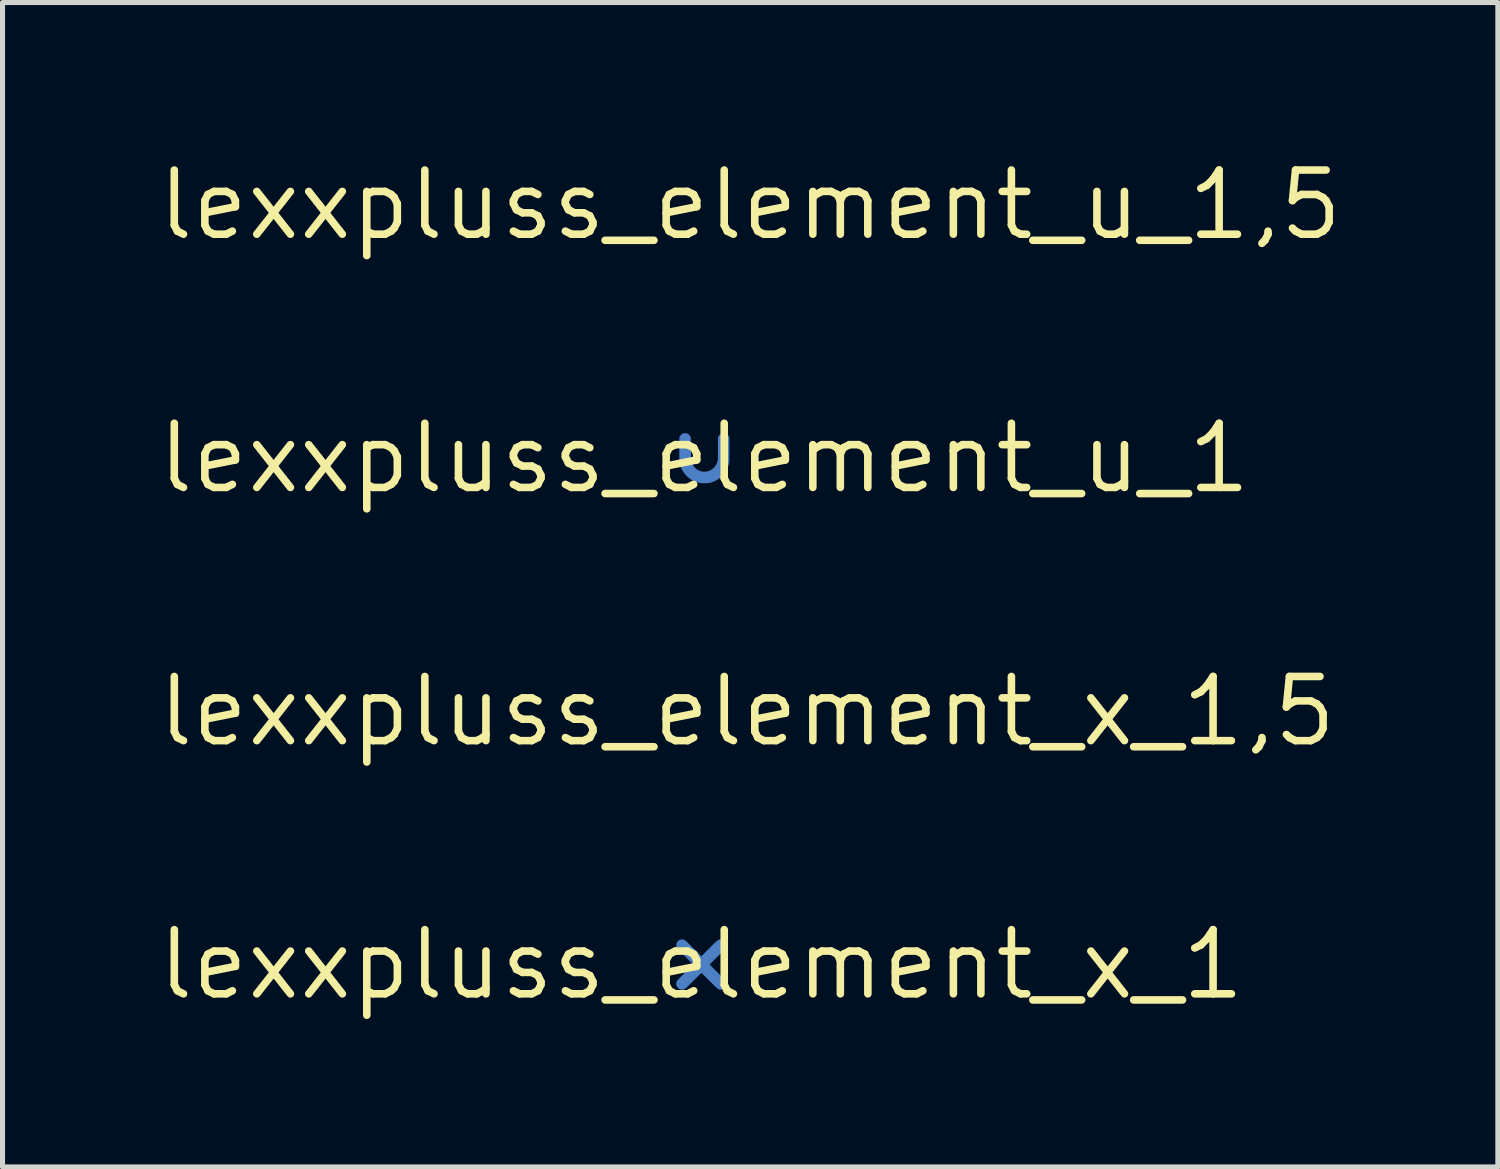
<source format=kicad_pcb>
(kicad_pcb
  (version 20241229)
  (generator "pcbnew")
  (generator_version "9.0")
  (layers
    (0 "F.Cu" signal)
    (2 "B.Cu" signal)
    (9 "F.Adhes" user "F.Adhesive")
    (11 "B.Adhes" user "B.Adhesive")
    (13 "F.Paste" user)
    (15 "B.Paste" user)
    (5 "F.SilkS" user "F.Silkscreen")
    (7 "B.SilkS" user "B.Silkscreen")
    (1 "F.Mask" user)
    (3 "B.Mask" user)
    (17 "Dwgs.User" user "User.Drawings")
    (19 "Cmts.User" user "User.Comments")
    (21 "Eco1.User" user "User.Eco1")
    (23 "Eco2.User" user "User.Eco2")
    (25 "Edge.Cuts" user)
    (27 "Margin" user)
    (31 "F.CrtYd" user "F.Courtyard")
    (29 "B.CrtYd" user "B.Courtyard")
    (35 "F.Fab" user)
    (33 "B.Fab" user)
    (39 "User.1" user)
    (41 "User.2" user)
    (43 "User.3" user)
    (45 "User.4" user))
  (footprint "lexxpluss_element_u_1"
    (layer "F.Cu")
    (at 10.893 6.019)
    (property "Reference" "lexxpluss_element_u_1" (at 0 0 0) (layer "F.SilkS") (effects (font (size 1.27 1.27) (thickness 0.15))))
    (attr board_only exclude_from_pos_files exclude_from_bom)
    (fp_poly (pts (xy 0.414 -0.491) (xy 0.439 -0.48) (xy 0.461 -0.464) (xy 0.479 -0.443) (xy 0.488 -0.429) (xy 0.496 -0.411) (xy 0.496 -0.173) (xy 0.496 -0.125) (xy 0.496 -0.083) (xy 0.496 -0.048) (xy 0.496 -0.018) (xy 0.496 0.007) (xy 0.495 0.027) (xy 0.495 0.044) (xy 0.494 0.058) (xy 0.494 0.069) (xy 0.493 0.078) (xy 0.492 0.086) (xy 0.49 0.093) (xy 0.49 0.096) (xy 0.473 0.156) (xy 0.451 0.213) (xy 0.422 0.265) (xy 0.388 0.314) (xy 0.349 0.357) (xy 0.304 0.396) (xy 0.255 0.429) (xy 0.202 0.456) (xy 0.145 0.478) (xy 0.117 0.486) (xy 0.101 0.489) (xy 0.087 0.492) (xy 0.072 0.494) (xy 0.054 0.495) (xy 0.032 0.496) (xy 0.013 0.497) (xy -0.021 0.497) (xy -0.048 0.496) (xy -0.07 0.495) (xy -0.084 0.493) (xy -0.127 0.482) (xy -0.172 0.468) (xy -0.216 0.449) (xy -0.258 0.427) (xy -0.294 0.403) (xy -0.295 0.402) (xy -0.342 0.362) (xy -0.383 0.318) (xy -0.419 0.269) (xy -0.448 0.216) (xy -0.471 0.159) (xy -0.488 0.099) (xy -0.49 0.09) (xy -0.491 0.083) (xy -0.492 0.075) (xy -0.493 0.066) (xy -0.494 0.056) (xy -0.495 0.043) (xy -0.495 0.028) (xy -0.496 0.008) (xy -0.496 -0.015) (xy -0.496 -0.043) (xy -0.496 -0.076) (xy -0.496 -0.116) (xy -0.496 -0.162) (xy -0.496 -0.175) (xy -0.496 -0.408) (xy -0.488 -0.427) (xy -0.477 -0.445) (xy -0.461 -0.462) (xy -0.444 -0.477) (xy -0.426 -0.487) (xy -0.422 -0.489) (xy -0.401 -0.493) (xy -0.376 -0.494) (xy -0.353 -0.491) (xy -0.342 -0.489) (xy -0.324 -0.48) (xy -0.306 -0.466) (xy -0.29 -0.449) (xy -0.278 -0.431) (xy -0.276 -0.427) (xy -0.268 -0.408) (xy -0.266 -0.177) (xy -0.264 0.054) (xy -0.254 0.083) (xy -0.239 0.119) (xy -0.219 0.152) (xy -0.194 0.182) (xy -0.188 0.188) (xy -0.155 0.217) (xy -0.118 0.24) (xy -0.079 0.256) (xy -0.038 0.266) (xy 0.004 0.269) (xy 0.035 0.266) (xy 0.076 0.258) (xy 0.112 0.244) (xy 0.145 0.225) (xy 0.178 0.199) (xy 0.183 0.194) (xy 0.213 0.161) (xy 0.237 0.124) (xy 0.254 0.084) (xy 0.264 0.041) (xy 0.266 0.03) (xy 0.266 0.02) (xy 0.267 0.004) (xy 0.268 -0.018) (xy 0.268 -0.045) (xy 0.269 -0.076) (xy 0.269 -0.111) (xy 0.269 -0.148) (xy 0.269 -0.187) (xy 0.269 -0.205) (xy 0.269 -0.408) (xy 0.279 -0.428) (xy 0.292 -0.451) (xy 0.31 -0.469) (xy 0.333 -0.483) (xy 0.334 -0.484) (xy 0.361 -0.493) (xy 0.388 -0.495)) (stroke (width 0) (type solid)) (fill yes) (layer "B.Cu")))
  (footprint "lexxpluss_element_u_1,5"
    (layer "F.Cu")
    (at 11.8 1.006)
    (property "Reference" "lexxpluss_element_u_1,5" (at 0 0 0) (layer "F.SilkS") (effects (font (size 1.27 1.27) (thickness 0.15))))
    (attr board_only exclude_from_pos_files exclude_from_bom)
    (fp_poly (pts (xy 0.621 -0.736) (xy 0.659 -0.72) (xy 0.692 -0.696) (xy 0.719 -0.665) (xy 0.731 -0.644) (xy 0.745 -0.617) (xy 0.745 -0.26) (xy 0.745 -0.188) (xy 0.745 -0.125) (xy 0.744 -0.072) (xy 0.744 -0.027) (xy 0.744 0.01) (xy 0.743 0.041) (xy 0.742 0.066) (xy 0.742 0.087) (xy 0.74 0.103) (xy 0.739 0.117) (xy 0.737 0.129) (xy 0.736 0.139) (xy 0.735 0.144) (xy 0.71 0.234) (xy 0.676 0.319) (xy 0.633 0.398) (xy 0.582 0.47) (xy 0.523 0.536) (xy 0.456 0.594) (xy 0.383 0.643) (xy 0.303 0.685) (xy 0.217 0.717) (xy 0.175 0.729) (xy 0.152 0.734) (xy 0.13 0.738) (xy 0.108 0.741) (xy 0.081 0.743) (xy 0.049 0.744) (xy 0.019 0.745) (xy -0.031 0.745) (xy -0.072 0.744) (xy -0.105 0.742) (xy -0.125 0.739) (xy -0.191 0.724) (xy -0.258 0.701) (xy -0.324 0.673) (xy -0.386 0.64) (xy -0.441 0.604) (xy -0.442 0.603) (xy -0.513 0.543) (xy -0.575 0.476) (xy -0.628 0.403) (xy -0.672 0.324) (xy -0.707 0.239) (xy -0.732 0.148) (xy -0.735 0.135) (xy -0.737 0.124) (xy -0.738 0.113) (xy -0.74 0.1) (xy -0.741 0.084) (xy -0.742 0.065) (xy -0.743 0.041) (xy -0.744 0.013) (xy -0.744 -0.022) (xy -0.744 -0.065) (xy -0.744 -0.115) (xy -0.745 -0.174) (xy -0.745 -0.243) (xy -0.745 -0.263) (xy -0.745 -0.612) (xy -0.731 -0.641) (xy -0.715 -0.668) (xy -0.692 -0.693) (xy -0.666 -0.715) (xy -0.639 -0.731) (xy -0.633 -0.733) (xy -0.601 -0.74) (xy -0.564 -0.741) (xy -0.529 -0.737) (xy -0.513 -0.733) (xy -0.486 -0.72) (xy -0.46 -0.699) (xy -0.436 -0.674) (xy -0.417 -0.647) (xy -0.415 -0.641) (xy -0.401 -0.612) (xy -0.399 -0.266) (xy -0.396 0.08) (xy -0.381 0.125) (xy -0.358 0.179) (xy -0.329 0.228) (xy -0.291 0.273) (xy -0.282 0.283) (xy -0.232 0.326) (xy -0.177 0.36) (xy -0.119 0.385) (xy -0.057 0.399) (xy 0.006 0.403) (xy 0.053 0.4) (xy 0.113 0.387) (xy 0.168 0.367) (xy 0.218 0.338) (xy 0.267 0.299) (xy 0.275 0.291) (xy 0.32 0.242) (xy 0.355 0.187) (xy 0.381 0.127) (xy 0.396 0.062) (xy 0.399 0.045) (xy 0.4 0.031) (xy 0.401 0.006) (xy 0.401 -0.027) (xy 0.402 -0.068) (xy 0.403 -0.115) (xy 0.404 -0.166) (xy 0.404 -0.222) (xy 0.404 -0.28) (xy 0.404 -0.307) (xy 0.404 -0.612) (xy 0.418 -0.642) (xy 0.439 -0.677) (xy 0.465 -0.704) (xy 0.499 -0.725) (xy 0.501 -0.726) (xy 0.541 -0.739) (xy 0.582 -0.742)) (stroke (width 0) (type solid)) (fill yes) (layer "In2.Cu")))
  (footprint "lexxpluss_element_x_1,5"
    (layer "F.Cu")
    (at 11.74 11.031)
    (property "Reference" "lexxpluss_element_x_1,5" (at 0 0 0) (layer "F.SilkS") (effects (font (size 1.27 1.27) (thickness 0.15))))
    (attr board_only exclude_from_pos_files exclude_from_bom)
    (fp_poly (pts (xy -0.548 -0.745) (xy -0.536 -0.743) (xy -0.525 -0.741) (xy -0.513 -0.736) (xy -0.501 -0.73) (xy -0.487 -0.721) (xy -0.471 -0.709) (xy -0.452 -0.693) (xy -0.429 -0.672) (xy -0.402 -0.647) (xy -0.371 -0.616) (xy -0.333 -0.579) (xy -0.289 -0.535) (xy -0.238 -0.484) (xy -0.237 -0.483) (xy -0.000062 -0.247) (xy 0.234 -0.48) (xy 0.286 -0.532) (xy 0.331 -0.577) (xy 0.369 -0.614) (xy 0.402 -0.646) (xy 0.43 -0.672) (xy 0.453 -0.693) (xy 0.473 -0.71) (xy 0.49 -0.722) (xy 0.505 -0.731) (xy 0.518 -0.738) (xy 0.531 -0.741) (xy 0.543 -0.743) (xy 0.556 -0.744) (xy 0.571 -0.744) (xy 0.576 -0.744) (xy 0.62 -0.739) (xy 0.659 -0.725) (xy 0.693 -0.7) (xy 0.72 -0.667) (xy 0.73 -0.651) (xy 0.738 -0.633) (xy 0.742 -0.617) (xy 0.744 -0.597) (xy 0.744 -0.579) (xy 0.745 -0.563) (xy 0.744 -0.549) (xy 0.743 -0.537) (xy 0.741 -0.525) (xy 0.736 -0.513) (xy 0.73 -0.5) (xy 0.72 -0.485) (xy 0.706 -0.468) (xy 0.688 -0.447) (xy 0.666 -0.423) (xy 0.638 -0.394) (xy 0.605 -0.36) (xy 0.565 -0.32) (xy 0.519 -0.273) (xy 0.485 -0.239) (xy 0.247 0) (xy 0.485 0.239) (xy 0.535 0.289) (xy 0.577 0.331) (xy 0.612 0.367) (xy 0.642 0.397) (xy 0.666 0.422) (xy 0.685 0.443) (xy 0.7 0.459) (xy 0.712 0.473) (xy 0.72 0.483) (xy 0.726 0.492) (xy 0.731 0.5) (xy 0.734 0.507) (xy 0.736 0.511) (xy 0.746 0.553) (xy 0.745 0.595) (xy 0.735 0.635) (xy 0.716 0.671) (xy 0.689 0.702) (xy 0.653 0.727) (xy 0.649 0.729) (xy 0.629 0.738) (xy 0.61 0.742) (xy 0.587 0.744) (xy 0.576 0.744) (xy 0.562 0.744) (xy 0.549 0.744) (xy 0.537 0.742) (xy 0.525 0.739) (xy 0.513 0.734) (xy 0.499 0.727) (xy 0.484 0.716) (xy 0.466 0.701) (xy 0.444 0.682) (xy 0.419 0.658) (xy 0.389 0.629) (xy 0.353 0.593) (xy 0.311 0.552) (xy 0.262 0.503) (xy 0.243 0.484) (xy 0.201 0.442) (xy 0.161 0.402) (xy 0.124 0.366) (xy 0.091 0.333) (xy 0.062 0.304) (xy 0.038 0.281) (xy 0.019 0.264) (xy 0.008 0.253) (xy 0.003 0.249) (xy -0.002 0.253) (xy -0.014 0.264) (xy -0.032 0.281) (xy -0.056 0.305) (xy -0.085 0.333) (xy -0.119 0.366) (xy -0.156 0.403) (xy -0.196 0.442) (xy -0.238 0.484) (xy -0.289 0.535) (xy -0.333 0.579) (xy -0.371 0.616) (xy -0.402 0.647) (xy -0.429 0.672) (xy -0.452 0.693) (xy -0.471 0.709) (xy -0.487 0.721) (xy -0.5 0.73) (xy -0.513 0.736) (xy -0.524 0.74) (xy -0.536 0.742) (xy -0.548 0.744) (xy -0.561 0.745) (xy -0.562 0.745) (xy -0.594 0.744) (xy -0.621 0.739) (xy -0.66 0.721) (xy -0.693 0.696) (xy -0.718 0.664) (xy -0.736 0.628) (xy -0.744 0.589) (xy -0.743 0.548) (xy -0.742 0.546) (xy -0.737 0.523) (xy -0.729 0.5) (xy -0.725 0.492) (xy -0.718 0.482) (xy -0.703 0.464) (xy -0.68 0.439) (xy -0.649 0.407) (xy -0.611 0.367) (xy -0.566 0.321) (xy -0.513 0.267) (xy -0.478 0.232) (xy -0.244 -0.003) (xy -0.482 -0.241) (xy -0.533 -0.292) (xy -0.577 -0.337) (xy -0.615 -0.375) (xy -0.646 -0.407) (xy -0.672 -0.434) (xy -0.693 -0.457) (xy -0.709 -0.476) (xy -0.722 -0.493) (xy -0.731 -0.507) (xy -0.737 -0.519) (xy -0.741 -0.531) (xy -0.743 -0.543) (xy -0.744 -0.555) (xy -0.744 -0.568) (xy -0.744 -0.573) (xy -0.739 -0.615) (xy -0.725 -0.653) (xy -0.703 -0.686) (xy -0.674 -0.713) (xy -0.64 -0.733) (xy -0.601 -0.744) (xy -0.562 -0.746)) (stroke (width 0) (type solid)) (fill yes) (layer "In2.Cu")))
  (footprint "lexxpluss_element_x_1"
    (layer "F.Cu")
    (at 10.833 16.043)
    (property "Reference" "lexxpluss_element_x_1" (at 0 0 0) (layer "F.SilkS") (effects (font (size 1.27 1.27) (thickness 0.15))))
    (attr board_only exclude_from_pos_files exclude_from_bom)
    (fp_poly (pts (xy -0.365 -0.496) (xy -0.357 -0.495) (xy -0.35 -0.494) (xy -0.342 -0.491) (xy -0.334 -0.487) (xy -0.325 -0.481) (xy -0.314 -0.473) (xy -0.301 -0.462) (xy -0.286 -0.448) (xy -0.268 -0.431) (xy -0.247 -0.411) (xy -0.222 -0.386) (xy -0.193 -0.357) (xy -0.158 -0.323) (xy -0.158 -0.322) (xy -0.000041 -0.164) (xy 0.156 -0.32) (xy 0.191 -0.355) (xy 0.22 -0.384) (xy 0.246 -0.41) (xy 0.268 -0.431) (xy 0.286 -0.448) (xy 0.302 -0.462) (xy 0.315 -0.473) (xy 0.327 -0.481) (xy 0.336 -0.487) (xy 0.345 -0.492) (xy 0.354 -0.494) (xy 0.362 -0.496) (xy 0.371 -0.496) (xy 0.381 -0.496) (xy 0.384 -0.496) (xy 0.413 -0.493) (xy 0.439 -0.483) (xy 0.462 -0.467) (xy 0.48 -0.444) (xy 0.486 -0.434) (xy 0.492 -0.422) (xy 0.495 -0.411) (xy 0.496 -0.398) (xy 0.496 -0.386) (xy 0.496 -0.375) (xy 0.496 -0.366) (xy 0.495 -0.358) (xy 0.494 -0.35) (xy 0.491 -0.342) (xy 0.486 -0.333) (xy 0.48 -0.323) (xy 0.471 -0.312) (xy 0.459 -0.298) (xy 0.444 -0.282) (xy 0.426 -0.263) (xy 0.403 -0.24) (xy 0.377 -0.213) (xy 0.346 -0.182) (xy 0.323 -0.16) (xy 0.164 0) (xy 0.323 0.16) (xy 0.356 0.193) (xy 0.384 0.221) (xy 0.408 0.245) (xy 0.428 0.265) (xy 0.444 0.282) (xy 0.457 0.295) (xy 0.467 0.306) (xy 0.474 0.315) (xy 0.48 0.322) (xy 0.484 0.328) (xy 0.487 0.333) (xy 0.489 0.338) (xy 0.49 0.341) (xy 0.497 0.369) (xy 0.497 0.397) (xy 0.49 0.423) (xy 0.477 0.447) (xy 0.459 0.468) (xy 0.436 0.484) (xy 0.432 0.486) (xy 0.419 0.492) (xy 0.406 0.495) (xy 0.391 0.496) (xy 0.384 0.496) (xy 0.374 0.496) (xy 0.366 0.496) (xy 0.358 0.495) (xy 0.35 0.493) (xy 0.342 0.489) (xy 0.333 0.484) (xy 0.323 0.477) (xy 0.311 0.467) (xy 0.296 0.454) (xy 0.279 0.439) (xy 0.259 0.419) (xy 0.235 0.396) (xy 0.207 0.368) (xy 0.175 0.335) (xy 0.162 0.323) (xy 0.134 0.295) (xy 0.107 0.268) (xy 0.083 0.244) (xy 0.061 0.222) (xy 0.041 0.203) (xy 0.025 0.187) (xy 0.013 0.176) (xy 0.005 0.169) (xy 0.002 0.166) (xy -0.001 0.169) (xy -0.009 0.176) (xy -0.021 0.188) (xy -0.037 0.203) (xy -0.057 0.222) (xy -0.079 0.244) (xy -0.104 0.268) (xy -0.131 0.295) (xy -0.159 0.323) (xy -0.193 0.357) (xy -0.222 0.386) (xy -0.247 0.411) (xy -0.268 0.431) (xy -0.286 0.448) (xy -0.301 0.462) (xy -0.314 0.472) (xy -0.324 0.48) (xy -0.334 0.486) (xy -0.342 0.49) (xy -0.349 0.493) (xy -0.357 0.495) (xy -0.365 0.496) (xy -0.374 0.497) (xy -0.374 0.497) (xy -0.396 0.496) (xy -0.414 0.493) (xy -0.44 0.481) (xy -0.462 0.464) (xy -0.479 0.443) (xy -0.491 0.419) (xy -0.496 0.393) (xy -0.495 0.365) (xy -0.495 0.364) (xy -0.491 0.349) (xy -0.486 0.334) (xy -0.483 0.328) (xy -0.478 0.321) (xy -0.468 0.309) (xy -0.453 0.293) (xy -0.433 0.271) (xy -0.408 0.245) (xy -0.377 0.214) (xy -0.342 0.178) (xy -0.319 0.155) (xy -0.162 -0.002) (xy -0.321 -0.16) (xy -0.355 -0.195) (xy -0.385 -0.224) (xy -0.41 -0.25) (xy -0.431 -0.271) (xy -0.448 -0.289) (xy -0.462 -0.305) (xy -0.473 -0.318) (xy -0.481 -0.328) (xy -0.487 -0.338) (xy -0.491 -0.346) (xy -0.494 -0.354) (xy -0.495 -0.362) (xy -0.496 -0.37) (xy -0.496 -0.379) (xy -0.496 -0.382) (xy -0.493 -0.41) (xy -0.483 -0.435) (xy -0.469 -0.457) (xy -0.449 -0.475) (xy -0.426 -0.489) (xy -0.401 -0.496) (xy -0.374 -0.497)) (stroke (width 0) (type solid)) (fill yes) (layer "B.Cu")))
  (gr_rect
    (start -3 -3)
    (end 26.6 20.05)
    (stroke (width 0.1) (type default))
    (fill no)
    (layer "Edge.Cuts")))
</source>
